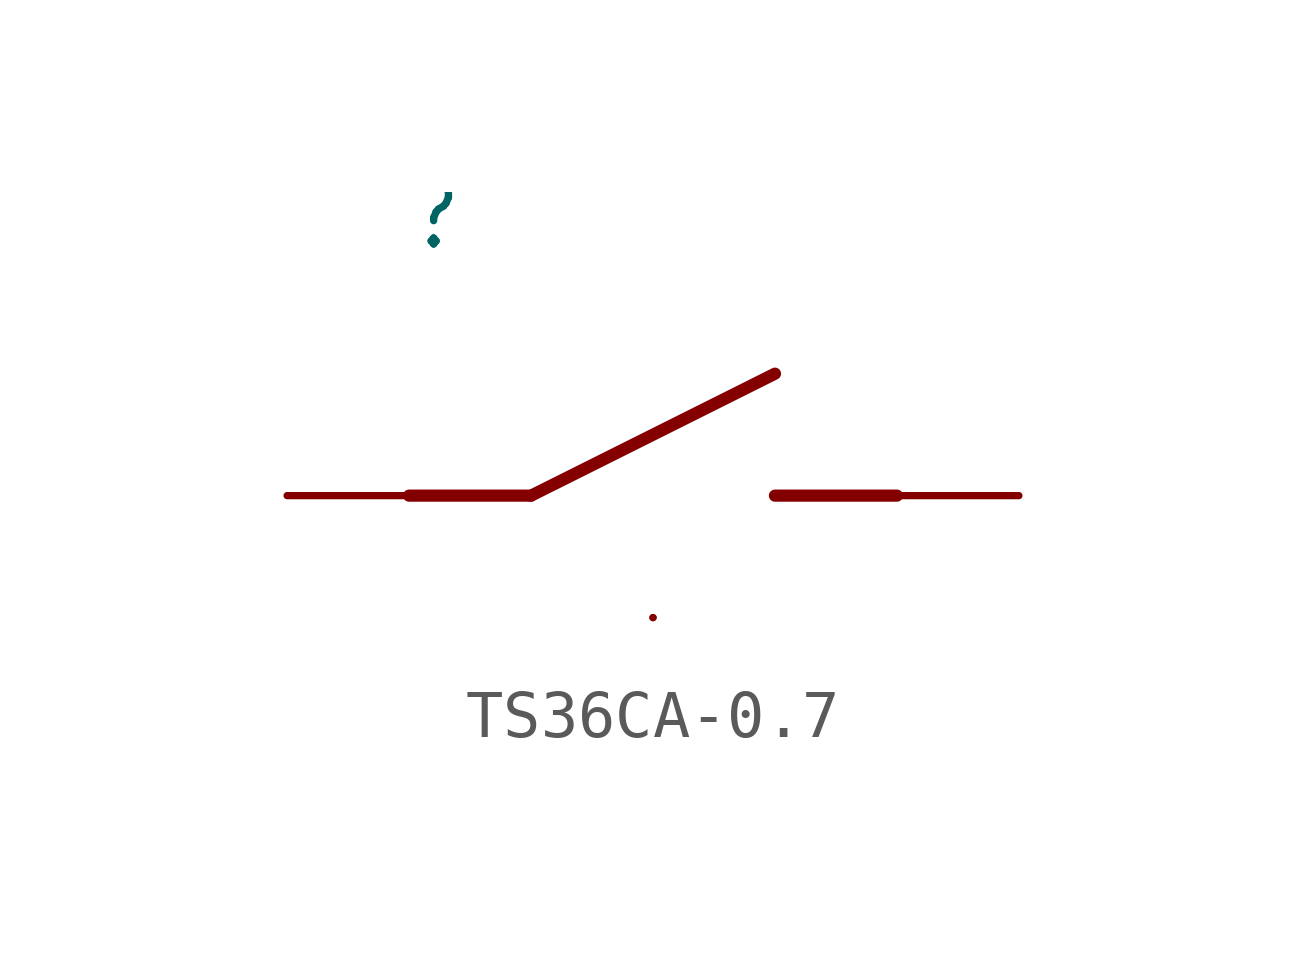
<source format=kicad_sym>
(kicad_symbol_lib
  (version 20211014)
  (generator kicad_symbol_editor)
  (symbol "TS36CA-0.7"
    (property "Reference" ""
      (at -5.08 5.08 0)
      (effects (font (size 1.27 1.079)) (justify left bottom)))
    (property "ki_locked" ""
      (at 0 0 0)
      (effects (font (size 1.27 1.27))))
    (symbol "TS36CA-0.7_1_0"
      (polyline (pts (xy -5.08 0) (xy -2.54 0)) (stroke (width 0.254) (type default) (color 0 0 0 0)) (fill (type none)))
      (polyline (pts (xy -2.54 0) (xy 2.54 2.54)) (stroke (width 0.254) (type default) (color 0 0 0 0)) (fill (type none)))
      (polyline (pts (xy 2.54 0) (xy 5.08 0)) (stroke (width 0.254) (type default) (color 0 0 0 0)) (fill (type none)))
      (pin power_in line (at 0 -2.54 0) (length 0) (name "CASE" (effects (font (size 0 0)))) (number "A" (effects (font (size 0 0)))))
      (pin power_in line (at 0 -2.54 0) (length 0) (name "CASE" (effects (font (size 0 0)))) (number "B" (effects (font (size 0 0)))))
      (pin bidirectional line (at -7.62 0 0) (length 2.54) (name "P$1" (effects (font (size 0 0)))) (number "C" (effects (font (size 0 0)))))
      (pin bidirectional line (at 7.62 0 180) (length 2.54) (name "P$2" (effects (font (size 0 0)))) (number "D" (effects (font (size 0 0))))))))
</source>
